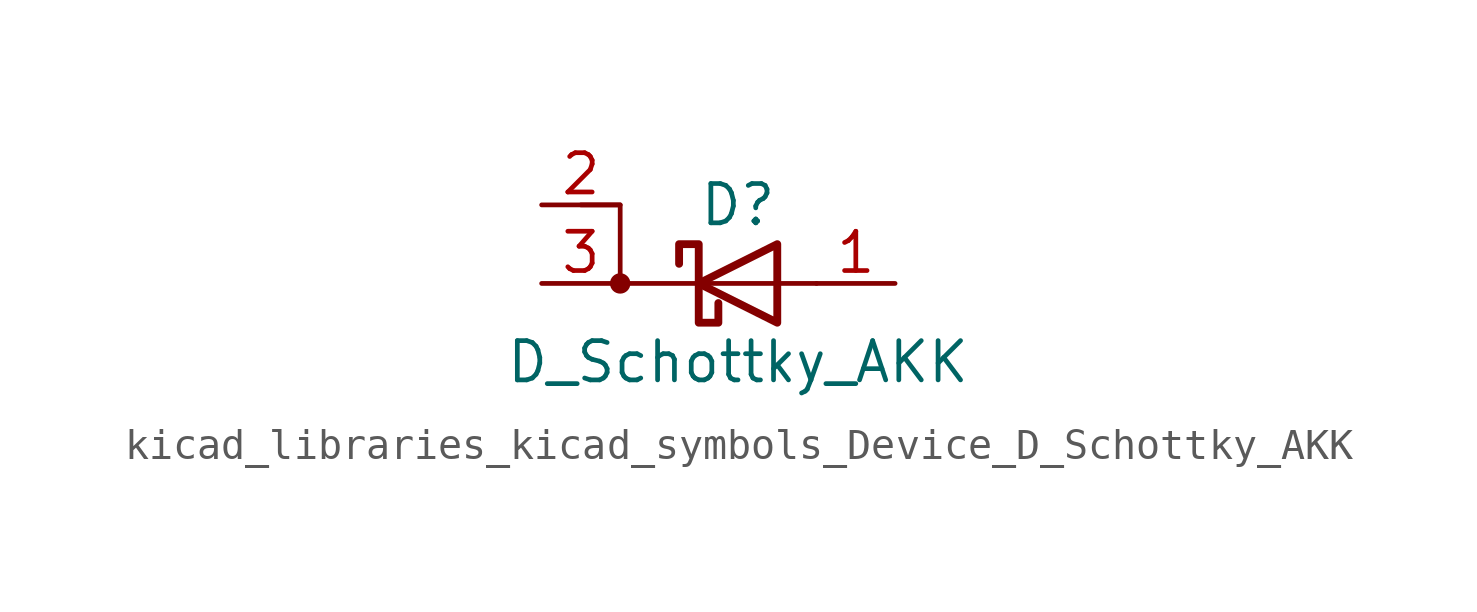
<source format=kicad_sym>
(kicad_symbol_lib
  (version 20220914)
  (generator kicad_symbol_editor)
  (symbol "kicad_libraries_kicad_symbols_Device_D_Schottky_AKK"
    (pin_names
      (offset 0) hide)
    (property "Reference" "D"
      (at 0 2.54 0)
      (effects (font (size 1.27 1.27))))
    (property "Value" "D_Schottky_AKK"
      (at 0 -2.54 0)
      (effects (font (size 1.27 1.27))))
    (symbol "kicad_libraries_kicad_symbols_Device_D_Schottky_AKK_0_1"
      (circle (center -3.81 0) (radius 0.254) (stroke (width 0) (type default)) (fill (type outline)))
      (polyline (pts (xy -5.08 2.54) (xy -3.81 2.54) (xy -3.81 0) (xy 2.54 0)) (stroke (width 0) (type default)) (fill (type none)))
      (polyline (pts (xy 1.27 1.27) (xy 1.27 -1.27) (xy -1.27 0) (xy 1.27 1.27)) (stroke (width 0.254) (type default)) (fill (type none)))
      (polyline (pts (xy -1.905 0.635) (xy -1.905 1.27) (xy -1.27 1.27) (xy -1.27 -1.27) (xy -0.635 -1.27) (xy -0.635 -0.635)) (stroke (width 0.254) (type default)) (fill (type none))))
    (symbol "kicad_libraries_kicad_symbols_Device_D_Schottky_AKK_1_1"
      (pin passive line (at 5.08 0 180) (length 2.54) (name "A" (effects (font (size 1.27 1.27)))) (number "1" (effects (font (size 1.27 1.27)))))
      (pin input line (at -6.35 2.54 0) (length 2.54) (name "K" (effects (font (size 1.27 1.27)))) (number "2" (effects (font (size 1.27 1.27)))))
      (pin passive line (at -6.35 0 0) (length 2.54) (name "K" (effects (font (size 1.27 1.27)))) (number "3" (effects (font (size 1.27 1.27))))))))
</source>
